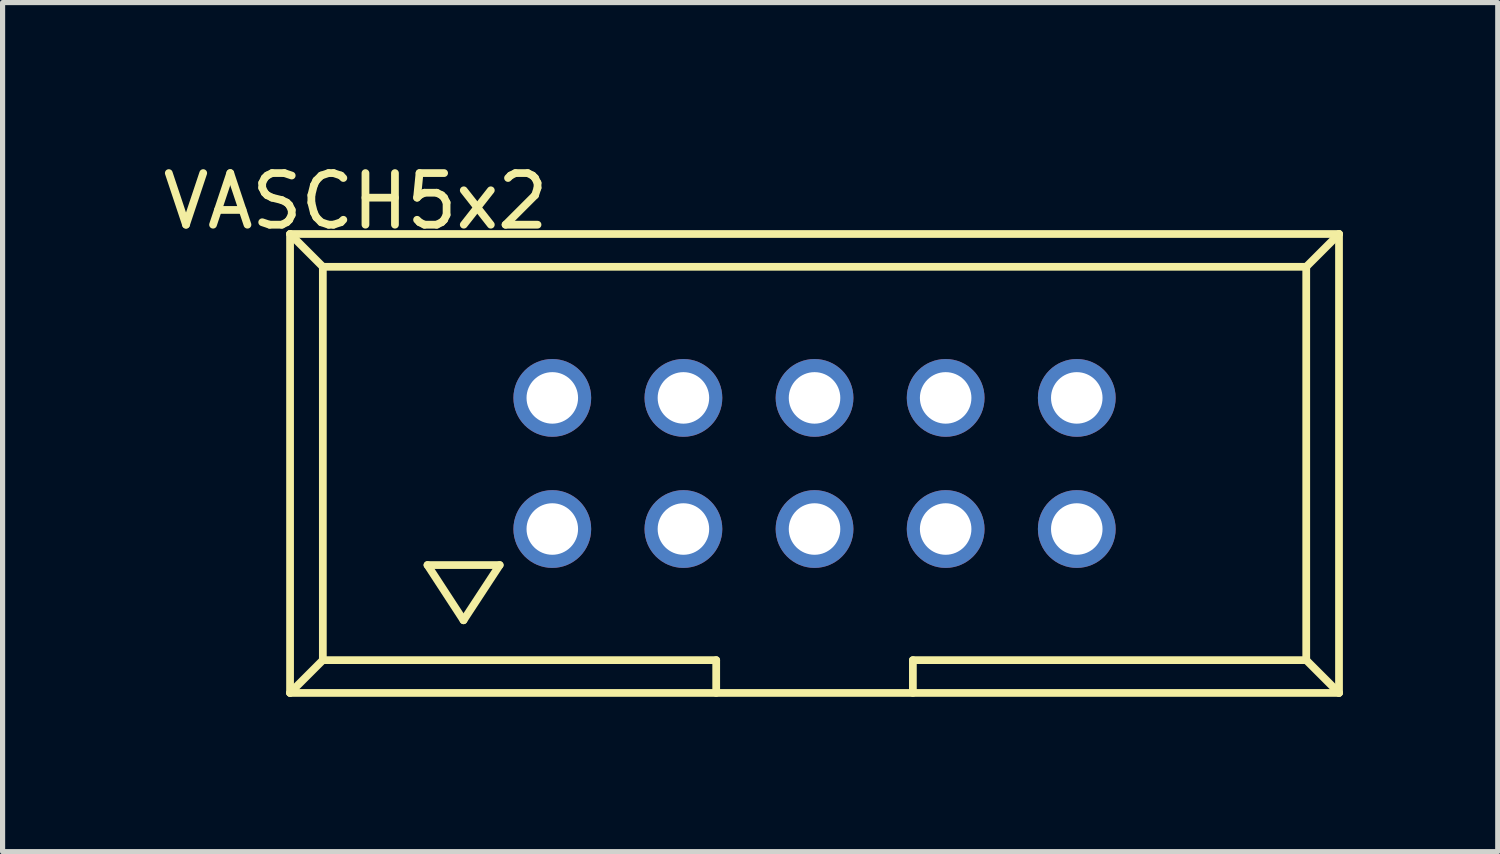
<source format=kicad_pcb>
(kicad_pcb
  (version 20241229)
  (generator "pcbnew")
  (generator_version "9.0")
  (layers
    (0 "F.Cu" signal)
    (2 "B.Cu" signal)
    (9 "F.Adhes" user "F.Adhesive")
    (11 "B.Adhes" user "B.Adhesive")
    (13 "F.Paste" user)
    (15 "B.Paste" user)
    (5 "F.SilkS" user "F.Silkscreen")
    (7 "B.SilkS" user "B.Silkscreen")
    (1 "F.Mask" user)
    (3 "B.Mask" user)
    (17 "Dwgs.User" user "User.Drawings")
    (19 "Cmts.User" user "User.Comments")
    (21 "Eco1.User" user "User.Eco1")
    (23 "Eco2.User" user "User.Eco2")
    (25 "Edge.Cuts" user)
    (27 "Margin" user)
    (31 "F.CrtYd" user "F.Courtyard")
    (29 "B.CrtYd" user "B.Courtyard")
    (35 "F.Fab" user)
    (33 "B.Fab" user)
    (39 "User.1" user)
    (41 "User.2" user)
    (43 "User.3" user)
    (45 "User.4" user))
  (footprint "VASCH5x2"
    (layer "F.Cu")
    (at 12.729 5.928)
    (property "Reference" "VASCH5x2" (at -8.89 -5.08 0) (layer "F.SilkS") (effects (font (size 1 1) (thickness 0.15))))
    (attr exclude_from_pos_files exclude_from_bom)
    (fp_line (start -10.16 -4.445) (end -10.16 4.445) (stroke (width 0.15) (type solid)) (layer "F.SilkS"))
    (fp_line (start -10.16 4.445) (end 10.16 4.445) (stroke (width 0.15) (type solid)) (layer "F.SilkS"))
    (fp_line (start -9.525 -3.81) (end -10.16 -4.445) (stroke (width 0.15) (type solid)) (layer "F.SilkS"))
    (fp_line (start -9.525 -3.81) (end -9.525 3.81) (stroke (width 0.15) (type solid)) (layer "F.SilkS"))
    (fp_line (start -9.525 3.81) (end -10.16 4.445) (stroke (width 0.15) (type solid)) (layer "F.SilkS"))
    (fp_line (start -9.525 3.81) (end -1.905 3.81) (stroke (width 0.15) (type solid)) (layer "F.SilkS"))
    (fp_line (start -7.498 1.968) (end -6.8 3.038) (stroke (width 0.15) (type solid)) (layer "F.SilkS"))
    (fp_line (start -6.8 3.038) (end -6.099 1.968) (stroke (width 0.15) (type solid)) (layer "F.SilkS"))
    (fp_line (start -6.099 1.968) (end -7.498 1.968) (stroke (width 0.15) (type solid)) (layer "F.SilkS"))
    (fp_line (start -1.905 3.81) (end -1.905 4.445) (stroke (width 0.15) (type solid)) (layer "F.SilkS"))
    (fp_line (start 1.905 3.81) (end 9.525 3.81) (stroke (width 0.15) (type solid)) (layer "F.SilkS"))
    (fp_line (start 1.905 4.445) (end 1.905 3.81) (stroke (width 0.15) (type solid)) (layer "F.SilkS"))
    (fp_line (start 9.525 -3.81) (end -9.525 -3.81) (stroke (width 0.15) (type solid)) (layer "F.SilkS"))
    (fp_line (start 9.525 -3.81) (end 10.16 -4.445) (stroke (width 0.15) (type solid)) (layer "F.SilkS"))
    (fp_line (start 9.525 3.81) (end 9.525 -3.81) (stroke (width 0.15) (type solid)) (layer "F.SilkS"))
    (fp_line (start 9.525 3.81) (end 10.16 4.445) (stroke (width 0.15) (type solid)) (layer "F.SilkS"))
    (fp_line (start 10.16 -4.445) (end -10.16 -4.445) (stroke (width 0.15) (type solid)) (layer "F.SilkS"))
    (fp_line (start 10.16 -4.445) (end 10.16 4.445) (stroke (width 0.15) (type solid)) (layer "F.SilkS"))
    (pad "1" thru_hole circle (at -5.08 1.27) (size 1.506 1.506) (drill 0.998) (layers "*.Cu" "*.Mask"))
    (pad "2" thru_hole circle (at -5.08 -1.27) (size 1.506 1.506) (drill 0.998) (layers "*.Cu" "*.Mask"))
    (pad "3" thru_hole circle (at -2.54 1.27) (size 1.506 1.506) (drill 0.998) (layers "*.Cu" "*.Mask"))
    (pad "4" thru_hole circle (at -2.54 -1.27) (size 1.506 1.506) (drill 0.998) (layers "*.Cu" "*.Mask"))
    (pad "5" thru_hole circle (at 0 1.27) (size 1.506 1.506) (drill 0.998) (layers "*.Cu" "*.Mask"))
    (pad "6" thru_hole circle (at 0 -1.27) (size 1.506 1.506) (drill 0.998) (layers "*.Cu" "*.Mask"))
    (pad "7" thru_hole circle (at 2.54 1.27) (size 1.506 1.506) (drill 0.998) (layers "*.Cu" "*.Mask"))
    (pad "8" thru_hole circle (at 2.54 -1.27) (size 1.506 1.506) (drill 0.998) (layers "*.Cu" "*.Mask"))
    (pad "9" thru_hole circle (at 5.08 1.27) (size 1.506 1.506) (drill 0.998) (layers "*.Cu" "*.Mask"))
    (pad "10" thru_hole circle (at 5.08 -1.27) (size 1.506 1.506) (drill 0.998) (layers "*.Cu" "*.Mask")))
  (gr_rect
    (start -3 -3)
    (end 25.964 13.448)
    (stroke (width 0.1) (type default))
    (fill no)
    (layer "Edge.Cuts")))
</source>
